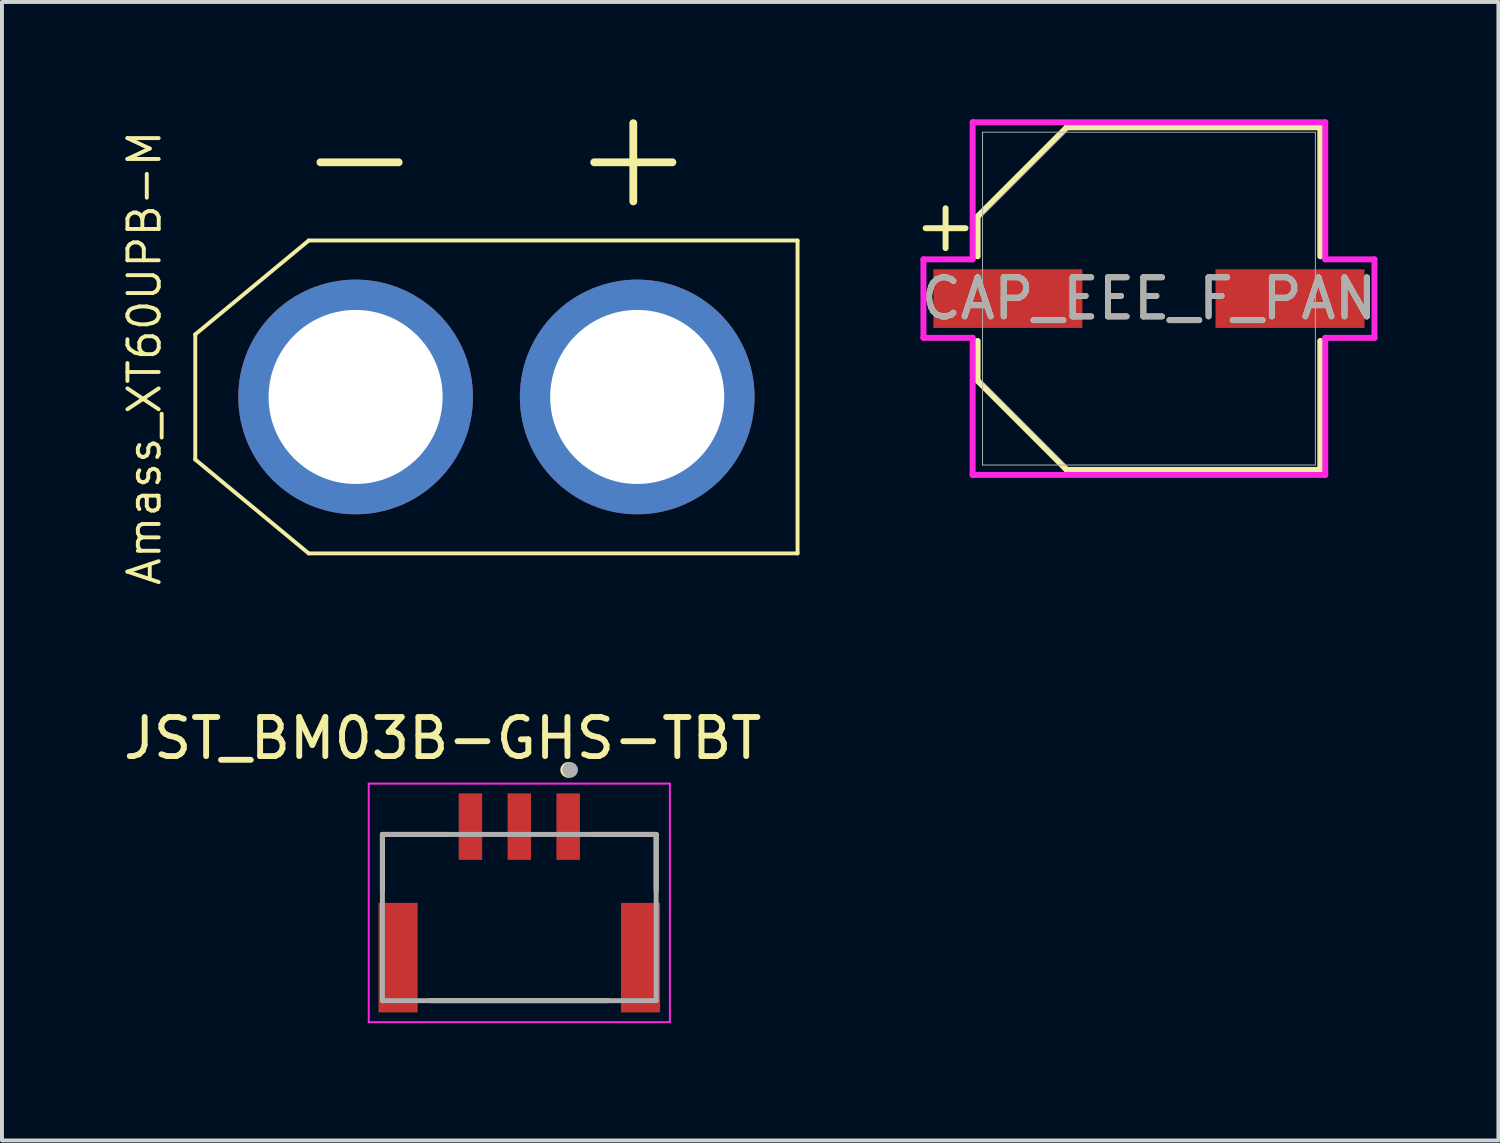
<source format=kicad_pcb>
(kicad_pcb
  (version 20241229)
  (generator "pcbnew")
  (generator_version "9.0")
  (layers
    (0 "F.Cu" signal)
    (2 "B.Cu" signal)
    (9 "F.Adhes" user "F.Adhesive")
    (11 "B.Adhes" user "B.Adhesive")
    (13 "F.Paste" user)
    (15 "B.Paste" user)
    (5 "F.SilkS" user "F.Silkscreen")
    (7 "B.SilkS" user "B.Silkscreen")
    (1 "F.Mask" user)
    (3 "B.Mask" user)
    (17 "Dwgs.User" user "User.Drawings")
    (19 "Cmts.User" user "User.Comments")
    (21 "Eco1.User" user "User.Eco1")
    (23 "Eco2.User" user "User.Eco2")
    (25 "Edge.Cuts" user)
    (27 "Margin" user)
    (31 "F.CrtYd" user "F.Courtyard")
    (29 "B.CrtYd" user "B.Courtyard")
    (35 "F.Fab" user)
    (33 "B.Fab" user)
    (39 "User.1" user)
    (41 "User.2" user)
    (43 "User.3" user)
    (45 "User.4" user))
  (footprint "JST_BM03B-GHS-TBT"
    (layer "F.Cu")
    (at 10.228 21.436)
    (property "Reference" "JST_BM03B-GHS-TBT" (at -1.96 -5.608 0) (layer "F.SilkS") (effects (font (size 1 1) (thickness 0.15))))
    (attr smd)
    (fp_line (start -3.5 -3.15) (end -1.875 -3.15) (stroke (width 0.127) (type solid)) (layer "F.SilkS"))
    (fp_line (start -3.5 -1.72) (end -3.5 -3.15) (stroke (width 0.127) (type solid)) (layer "F.SilkS"))
    (fp_line (start -2.275 1.1) (end 2.275 1.1) (stroke (width 0.127) (type solid)) (layer "F.SilkS"))
    (fp_line (start 1.875 -3.15) (end 3.5 -3.15) (stroke (width 0.127) (type solid)) (layer "F.SilkS"))
    (fp_line (start 3.5 -1.72) (end 3.5 -3.15) (stroke (width 0.127) (type solid)) (layer "F.SilkS"))
    (fp_circle (center 1.25 -4.8) (end 1.35 -4.8) (stroke (width 0.2) (type solid)) (fill no) (layer "F.SilkS"))
    (fp_line (start -3.85 -4.45) (end 3.85 -4.45) (stroke (width 0.05) (type solid)) (layer "F.CrtYd"))
    (fp_line (start -3.85 1.65) (end -3.85 -4.45) (stroke (width 0.05) (type solid)) (layer "F.CrtYd"))
    (fp_line (start 3.85 -4.45) (end 3.85 1.65) (stroke (width 0.05) (type solid)) (layer "F.CrtYd"))
    (fp_line (start 3.85 1.65) (end -3.85 1.65) (stroke (width 0.05) (type solid)) (layer "F.CrtYd"))
    (fp_line (start -3.5 -3.15) (end 3.5 -3.15) (stroke (width 0.127) (type solid)) (layer "F.Fab"))
    (fp_line (start -3.5 1.1) (end -3.5 -3.15) (stroke (width 0.127) (type solid)) (layer "F.Fab"))
    (fp_line (start 3.5 -3.15) (end 3.5 1.1) (stroke (width 0.127) (type solid)) (layer "F.Fab"))
    (fp_line (start 3.5 1.1) (end -3.5 1.1) (stroke (width 0.127) (type solid)) (layer "F.Fab"))
    (fp_circle (center 1.3 -4.8) (end 1.4 -4.8) (stroke (width 0.2) (type solid)) (fill no) (layer "F.Fab"))
    (pad "1" smd rect (at 1.25 -3.35 90) (size 1.7 0.6) (layers "F.Cu" "F.Mask" "F.Paste"))
    (pad "2" smd rect (at 0 -3.35 90) (size 1.7 0.6) (layers "F.Cu" "F.Mask" "F.Paste"))
    (pad "3" smd rect (at -1.25 -3.35 90) (size 1.7 0.6) (layers "F.Cu" "F.Mask" "F.Paste"))
    (pad "S1" smd rect (at -3.1 0 270) (size 2.8 1) (layers "F.Cu" "F.Mask" "F.Paste"))
    (pad "S2" smd rect (at 3.1 0 270) (size 2.8 1) (layers "F.Cu" "F.Mask" "F.Paste")))
  (footprint "Amass_XT60UPB-M"
    (layer "F.Cu")
    (at 9.643 7.1)
    (property "Reference" "Amass_XT60UPB-M" (at -9 -1 90) (layer "F.SilkS") (effects (font (size 0.8 0.8) (thickness 0.1))))
    (attr through_hole)
    (fp_line (start -7.7 -1.6) (end -7.7 1.6) (stroke (width 0.1) (type default)) (layer "F.SilkS"))
    (fp_line (start -4.8 -4) (end -7.7 -1.6) (stroke (width 0.1) (type default)) (layer "F.SilkS"))
    (fp_line (start -4.8 4) (end -7.7 1.6) (stroke (width 0.1) (type default)) (layer "F.SilkS"))
    (fp_line (start -4.5 -6) (end -2.5 -6) (stroke (width 0.2) (type solid)) (layer "F.SilkS"))
    (fp_line (start 2.5 -6) (end 4.5 -6) (stroke (width 0.2) (type solid)) (layer "F.SilkS"))
    (fp_line (start 3.5 -7) (end 3.5 -5) (stroke (width 0.2) (type solid)) (layer "F.SilkS"))
    (fp_line (start 7.7 -4) (end -4.8 -4) (stroke (width 0.1) (type default)) (layer "F.SilkS"))
    (fp_line (start 7.7 -4) (end 7.7 4) (stroke (width 0.1) (type default)) (layer "F.SilkS"))
    (fp_line (start 7.7 4) (end -4.8 4) (stroke (width 0.1) (type default)) (layer "F.SilkS"))
    (pad "1" thru_hole circle (at -3.6 0) (size 6 6) (drill 4.45) (layers "*.Cu" "*.Mask"))
    (pad "2" thru_hole circle (at 3.6 0) (size 6 6) (drill 4.45) (layers "*.Cu" "*.Mask")))
  (footprint "CAP_EEE_F_PAN"
    (layer "F.Cu")
    (at 26.328 4.585)
    (property "Reference" "CAP_EEE_F_PAN" (at 0 0 0) (unlocked yes) (layer "F.SilkS") (effects (font (size 1 1) (thickness 0.15))))
    (attr smd)
    (fp_line (start -5.709 -1.8) (end -4.691 -1.8) (stroke (width 0.152) (type solid)) (layer "F.SilkS"))
    (fp_line (start -5.2 -1.291) (end -5.2 -2.309) (stroke (width 0.152) (type solid)) (layer "F.SilkS"))
    (fp_line (start -4.381 -2.1) (end -4.381 -1.082) (stroke (width 0.152) (type solid)) (layer "F.SilkS"))
    (fp_line (start -4.381 2.1) (end -4.381 1.082) (stroke (width 0.152) (type solid)) (layer "F.SilkS"))
    (fp_line (start -2.1 -4.381) (end -4.381 -2.1) (stroke (width 0.152) (type solid)) (layer "F.SilkS"))
    (fp_line (start -2.1 4.381) (end -4.381 2.1) (stroke (width 0.152) (type solid)) (layer "F.SilkS"))
    (fp_line (start 4.381 -4.381) (end -2.1 -4.381) (stroke (width 0.152) (type solid)) (layer "F.SilkS"))
    (fp_line (start 4.381 -1.082) (end 4.381 -4.381) (stroke (width 0.152) (type solid)) (layer "F.SilkS"))
    (fp_line (start 4.381 4.381) (end -2.1 4.381) (stroke (width 0.152) (type solid)) (layer "F.SilkS"))
    (fp_line (start 4.381 4.381) (end 4.381 1.082) (stroke (width 0.152) (type solid)) (layer "F.SilkS"))
    (fp_line (start -5.766 -1.003) (end -4.508 -1.003) (stroke (width 0.152) (type solid)) (layer "F.CrtYd"))
    (fp_line (start -5.766 1.003) (end -5.766 -1.003) (stroke (width 0.152) (type solid)) (layer "F.CrtYd"))
    (fp_line (start -4.508 -4.508) (end 4.508 -4.508) (stroke (width 0.152) (type solid)) (layer "F.CrtYd"))
    (fp_line (start -4.508 -1.003) (end -4.508 -4.508) (stroke (width 0.152) (type solid)) (layer "F.CrtYd"))
    (fp_line (start -4.508 1.003) (end -5.766 1.003) (stroke (width 0.152) (type solid)) (layer "F.CrtYd"))
    (fp_line (start -4.508 4.508) (end -4.508 1.003) (stroke (width 0.152) (type solid)) (layer "F.CrtYd"))
    (fp_line (start 4.508 -4.508) (end 4.508 -1.003) (stroke (width 0.152) (type solid)) (layer "F.CrtYd"))
    (fp_line (start 4.508 -1.003) (end 5.766 -1.003) (stroke (width 0.152) (type solid)) (layer "F.CrtYd"))
    (fp_line (start 4.508 1.003) (end 4.508 4.508) (stroke (width 0.152) (type solid)) (layer "F.CrtYd"))
    (fp_line (start 4.508 4.508) (end -4.508 4.508) (stroke (width 0.152) (type solid)) (layer "F.CrtYd"))
    (fp_line (start 5.766 -1.003) (end 5.766 1.003) (stroke (width 0.152) (type solid)) (layer "F.CrtYd"))
    (fp_line (start 5.766 1.003) (end 4.508 1.003) (stroke (width 0.152) (type solid)) (layer "F.CrtYd"))
    (fp_line (start -4.255 -4.255) (end -4.255 4.255) (stroke (width 0.025) (type solid)) (layer "F.Fab"))
    (fp_line (start -4.255 -2.127) (end -2.127 -4.255) (stroke (width 0.025) (type solid)) (layer "F.Fab"))
    (fp_line (start -4.255 2.127) (end -2.127 4.255) (stroke (width 0.025) (type solid)) (layer "F.Fab"))
    (fp_line (start -4.255 4.255) (end 4.255 4.255) (stroke (width 0.025) (type solid)) (layer "F.Fab"))
    (fp_line (start 4.255 -4.255) (end -4.255 -4.255) (stroke (width 0.025) (type solid)) (layer "F.Fab"))
    (fp_line (start 4.255 4.255) (end 4.255 -4.255) (stroke (width 0.025) (type solid)) (layer "F.Fab"))
    (fp_text user "${REFERENCE}" (at 0 0 0) (unlocked yes) (layer "F.Fab") (effects (font (size 1 1) (thickness 0.15))))
    (pad "1" smd rect (at -3.607 0) (size 3.81 1.499) (layers "F.Cu" "F.Mask" "F.Paste"))
    (pad "2" smd rect (at 3.607 0) (size 3.81 1.499) (layers "F.Cu" "F.Mask" "F.Paste")))
  (gr_rect
    (start -3 -3)
    (end 35.263 26.111)
    (stroke (width 0.1) (type default))
    (fill no)
    (layer "Edge.Cuts")))
</source>
